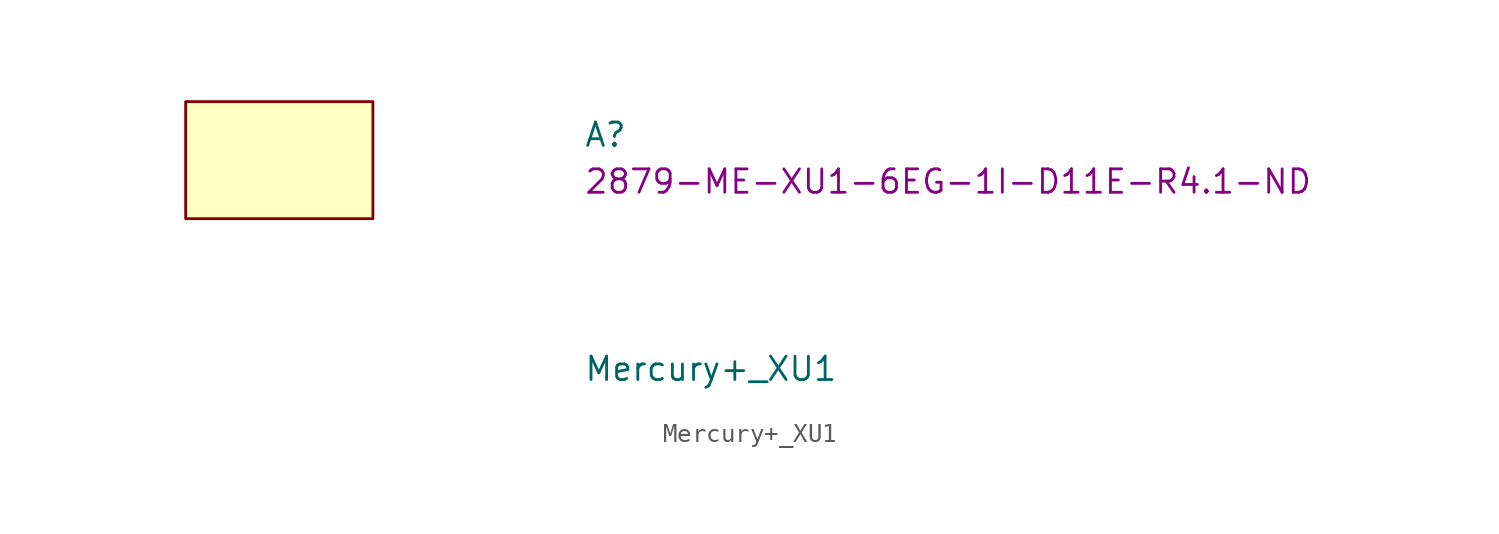
<source format=kicad_sym>
(kicad_symbol_lib
  (version 20220914)
  (generator kicad_symbol_editor)
  (symbol "Mercury+_XU1"
    (property "Reference" "A"
      (at 21.59 -2.54 0)
      (effects (font (size 1.27 1.27)) (justify left bottom)))
    (property "Value" "Mercury+_XU1"
      (at 21.59 -15.24 0)
      (effects (font (size 1.27 1.27)) (justify left bottom)))
    (property "MPN" "2879-ME-XU1-6EG-1I-D11E-R4.1-ND"
      (at 21.59 -5.08 0)
      (effects (font (size 1.27 1.27)) (justify left bottom)))
    (symbol "Mercury+_XU1_0_1"
      (rectangle (start 0 0) (end 10.16 -6.35) (stroke (width 0) (type default)) (fill (type background))))))
</source>
